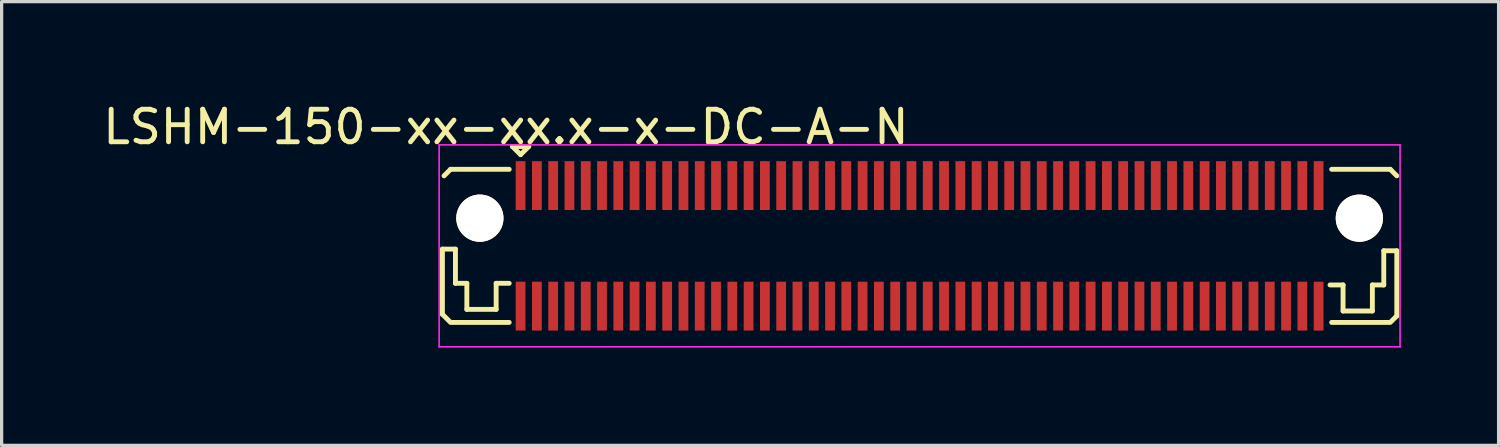
<source format=kicad_pcb>
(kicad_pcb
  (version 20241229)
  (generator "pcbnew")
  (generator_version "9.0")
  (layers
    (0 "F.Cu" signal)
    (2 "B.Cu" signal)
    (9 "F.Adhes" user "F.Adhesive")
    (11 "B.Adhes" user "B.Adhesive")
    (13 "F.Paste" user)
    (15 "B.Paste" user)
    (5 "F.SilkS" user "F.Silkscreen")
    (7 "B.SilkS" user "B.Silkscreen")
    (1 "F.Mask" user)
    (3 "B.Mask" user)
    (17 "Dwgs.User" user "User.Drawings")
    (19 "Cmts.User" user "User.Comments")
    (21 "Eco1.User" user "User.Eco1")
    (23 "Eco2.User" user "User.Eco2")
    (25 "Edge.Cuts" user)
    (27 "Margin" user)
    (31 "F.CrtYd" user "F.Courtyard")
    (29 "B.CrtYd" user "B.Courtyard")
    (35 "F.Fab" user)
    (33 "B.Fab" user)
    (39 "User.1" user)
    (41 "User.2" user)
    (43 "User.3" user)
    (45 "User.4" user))
  (footprint "LSHM-150-xx-xx.x-x-DC-A-N"
    (layer "F.Cu")
    (at 25.182 4.498)
    (property "Reference" "LSHM-150-xx-xx.x-x-DC-A-N" (at -12.7 -3.65 0) (layer "F.SilkS") (effects (font (size 1 1) (thickness 0.15))))
    (attr smd)
    (fp_line (start -14.65 0.1) (end -14.25 0.1) (stroke (width 0.15) (type solid)) (layer "F.SilkS"))
    (fp_line (start -14.65 2.1) (end -14.65 0.1) (stroke (width 0.15) (type solid)) (layer "F.SilkS"))
    (fp_line (start -14.4 -2.35) (end -14.6 -2.15) (stroke (width 0.15) (type solid)) (layer "F.SilkS"))
    (fp_line (start -14.4 -2.35) (end -12.6 -2.35) (stroke (width 0.15) (type solid)) (layer "F.SilkS"))
    (fp_line (start -14.4 2.35) (end -14.65 2.1) (stroke (width 0.15) (type solid)) (layer "F.SilkS"))
    (fp_line (start -14.35 2.35) (end -12.6 2.35) (stroke (width 0.15) (type solid)) (layer "F.SilkS"))
    (fp_line (start -14.25 0.1) (end -14.25 1.15) (stroke (width 0.15) (type solid)) (layer "F.SilkS"))
    (fp_line (start -14.25 1.15) (end -13.9 1.15) (stroke (width 0.15) (type solid)) (layer "F.SilkS"))
    (fp_line (start -13.9 1.95) (end -13.9 1.15) (stroke (width 0.15) (type solid)) (layer "F.SilkS"))
    (fp_line (start -13 1.15) (end -12.6 1.15) (stroke (width 0.15) (type solid)) (layer "F.SilkS"))
    (fp_line (start -13 1.95) (end -13.9 1.95) (stroke (width 0.15) (type solid)) (layer "F.SilkS"))
    (fp_line (start -13 1.95) (end -13 1.15) (stroke (width 0.15) (type solid)) (layer "F.SilkS"))
    (fp_line (start -12.5 -3.05) (end -12.25 -2.8) (stroke (width 0.15) (type solid)) (layer "F.SilkS"))
    (fp_line (start -12.25 -2.8) (end -12 -3.05) (stroke (width 0.15) (type solid)) (layer "F.SilkS"))
    (fp_line (start -12 -3.05) (end -12.5 -3.05) (stroke (width 0.15) (type solid)) (layer "F.SilkS"))
    (fp_line (start 12.6 1.2) (end 13 1.2) (stroke (width 0.15) (type solid)) (layer "F.SilkS"))
    (fp_line (start 12.65 -2.35) (end 14.45 -2.35) (stroke (width 0.15) (type solid)) (layer "F.SilkS"))
    (fp_line (start 12.65 2.35) (end 14.4 2.35) (stroke (width 0.15) (type solid)) (layer "F.SilkS"))
    (fp_line (start 13 2) (end 13 1.2) (stroke (width 0.15) (type solid)) (layer "F.SilkS"))
    (fp_line (start 13.9 1.2) (end 14.25 1.2) (stroke (width 0.15) (type solid)) (layer "F.SilkS"))
    (fp_line (start 13.9 2) (end 13 2) (stroke (width 0.15) (type solid)) (layer "F.SilkS"))
    (fp_line (start 13.9 2) (end 13.9 1.2) (stroke (width 0.15) (type solid)) (layer "F.SilkS"))
    (fp_line (start 14.25 0.15) (end 14.25 1.2) (stroke (width 0.15) (type solid)) (layer "F.SilkS"))
    (fp_line (start 14.25 0.15) (end 14.65 0.15) (stroke (width 0.15) (type solid)) (layer "F.SilkS"))
    (fp_line (start 14.45 -2.35) (end 14.65 -2.15) (stroke (width 0.15) (type solid)) (layer "F.SilkS"))
    (fp_line (start 14.45 2.35) (end 14.65 2.15) (stroke (width 0.15) (type solid)) (layer "F.SilkS"))
    (fp_line (start 14.65 2.15) (end 14.65 0.15) (stroke (width 0.15) (type solid)) (layer "F.SilkS"))
    (fp_line (start -14.75 -3.1) (end 14.75 -3.1) (stroke (width 0.05) (type solid)) (layer "F.CrtYd"))
    (fp_line (start -14.75 3.1) (end -14.75 -3.1) (stroke (width 0.05) (type solid)) (layer "F.CrtYd"))
    (fp_line (start -14.75 3.1) (end 14.75 3.1) (stroke (width 0.05) (type solid)) (layer "F.CrtYd"))
    (fp_line (start 14.75 3.1) (end 14.75 -3.1) (stroke (width 0.05) (type solid)) (layer "F.CrtYd"))
    (pad "" np_thru_hole circle (at -13.5 -0.85) (size 1.45 1.45) (drill 1.45) (layers "*.Cu" "*.Mask" "F.SilkS"))
    (pad "" np_thru_hole circle (at 13.5 -0.85) (size 1.45 1.45) (drill 1.45) (layers "*.Cu" "*.Mask" "F.SilkS"))
    (pad "1" smd rect (at -12.25 -1.85) (size 0.3 1.5) (layers "F.Cu" "F.Mask" "F.Paste"))
    (pad "2" smd rect (at -12.25 1.85) (size 0.3 1.5) (layers "F.Cu" "F.Mask" "F.Paste"))
    (pad "3" smd rect (at -11.75 -1.85) (size 0.3 1.5) (layers "F.Cu" "F.Mask" "F.Paste"))
    (pad "4" smd rect (at -11.75 1.85) (size 0.3 1.5) (layers "F.Cu" "F.Mask" "F.Paste"))
    (pad "5" smd rect (at -11.25 -1.85) (size 0.3 1.5) (layers "F.Cu" "F.Mask" "F.Paste"))
    (pad "6" smd rect (at -11.25 1.85) (size 0.3 1.5) (layers "F.Cu" "F.Mask" "F.Paste"))
    (pad "7" smd rect (at -10.75 -1.85) (size 0.3 1.5) (layers "F.Cu" "F.Mask" "F.Paste"))
    (pad "8" smd rect (at -10.75 1.85) (size 0.3 1.5) (layers "F.Cu" "F.Mask" "F.Paste"))
    (pad "9" smd rect (at -10.25 -1.85) (size 0.3 1.5) (layers "F.Cu" "F.Mask" "F.Paste"))
    (pad "10" smd rect (at -10.25 1.85) (size 0.3 1.5) (layers "F.Cu" "F.Mask" "F.Paste"))
    (pad "11" smd rect (at -9.75 -1.85) (size 0.3 1.5) (layers "F.Cu" "F.Mask" "F.Paste"))
    (pad "12" smd rect (at -9.75 1.85) (size 0.3 1.5) (layers "F.Cu" "F.Mask" "F.Paste"))
    (pad "13" smd rect (at -9.25 -1.85) (size 0.3 1.5) (layers "F.Cu" "F.Mask" "F.Paste"))
    (pad "14" smd rect (at -9.25 1.85) (size 0.3 1.5) (layers "F.Cu" "F.Mask" "F.Paste"))
    (pad "15" smd rect (at -8.75 -1.85) (size 0.3 1.5) (layers "F.Cu" "F.Mask" "F.Paste"))
    (pad "16" smd rect (at -8.75 1.85) (size 0.3 1.5) (layers "F.Cu" "F.Mask" "F.Paste"))
    (pad "17" smd rect (at -8.25 -1.85) (size 0.3 1.5) (layers "F.Cu" "F.Mask" "F.Paste"))
    (pad "18" smd rect (at -8.25 1.85) (size 0.3 1.5) (layers "F.Cu" "F.Mask" "F.Paste"))
    (pad "19" smd rect (at -7.75 -1.85) (size 0.3 1.5) (layers "F.Cu" "F.Mask" "F.Paste"))
    (pad "20" smd rect (at -7.75 1.85) (size 0.3 1.5) (layers "F.Cu" "F.Mask" "F.Paste"))
    (pad "21" smd rect (at -7.25 -1.85) (size 0.3 1.5) (layers "F.Cu" "F.Mask" "F.Paste"))
    (pad "22" smd rect (at -7.25 1.85) (size 0.3 1.5) (layers "F.Cu" "F.Mask" "F.Paste"))
    (pad "23" smd rect (at -6.75 -1.85) (size 0.3 1.5) (layers "F.Cu" "F.Mask" "F.Paste"))
    (pad "24" smd rect (at -6.75 1.85) (size 0.3 1.5) (layers "F.Cu" "F.Mask" "F.Paste"))
    (pad "25" smd rect (at -6.25 -1.85) (size 0.3 1.5) (layers "F.Cu" "F.Mask" "F.Paste"))
    (pad "26" smd rect (at -6.25 1.85) (size 0.3 1.5) (layers "F.Cu" "F.Mask" "F.Paste"))
    (pad "27" smd rect (at -5.75 -1.85) (size 0.3 1.5) (layers "F.Cu" "F.Mask" "F.Paste"))
    (pad "28" smd rect (at -5.75 1.85) (size 0.3 1.5) (layers "F.Cu" "F.Mask" "F.Paste"))
    (pad "29" smd rect (at -5.25 -1.85) (size 0.3 1.5) (layers "F.Cu" "F.Mask" "F.Paste"))
    (pad "30" smd rect (at -5.25 1.85) (size 0.3 1.5) (layers "F.Cu" "F.Mask" "F.Paste"))
    (pad "31" smd rect (at -4.75 -1.85) (size 0.3 1.5) (layers "F.Cu" "F.Mask" "F.Paste"))
    (pad "32" smd rect (at -4.75 1.85) (size 0.3 1.5) (layers "F.Cu" "F.Mask" "F.Paste"))
    (pad "33" smd rect (at -4.25 -1.85) (size 0.3 1.5) (layers "F.Cu" "F.Mask" "F.Paste"))
    (pad "34" smd rect (at -4.25 1.85) (size 0.3 1.5) (layers "F.Cu" "F.Mask" "F.Paste"))
    (pad "35" smd rect (at -3.75 -1.85) (size 0.3 1.5) (layers "F.Cu" "F.Mask" "F.Paste"))
    (pad "36" smd rect (at -3.75 1.85) (size 0.3 1.5) (layers "F.Cu" "F.Mask" "F.Paste"))
    (pad "37" smd rect (at -3.25 -1.85) (size 0.3 1.5) (layers "F.Cu" "F.Mask" "F.Paste"))
    (pad "38" smd rect (at -3.25 1.85) (size 0.3 1.5) (layers "F.Cu" "F.Mask" "F.Paste"))
    (pad "39" smd rect (at -2.75 -1.85) (size 0.3 1.5) (layers "F.Cu" "F.Mask" "F.Paste"))
    (pad "40" smd rect (at -2.75 1.85) (size 0.3 1.5) (layers "F.Cu" "F.Mask" "F.Paste"))
    (pad "41" smd rect (at -2.25 -1.85) (size 0.3 1.5) (layers "F.Cu" "F.Mask" "F.Paste"))
    (pad "42" smd rect (at -2.25 1.85) (size 0.3 1.5) (layers "F.Cu" "F.Mask" "F.Paste"))
    (pad "43" smd rect (at -1.75 -1.85) (size 0.3 1.5) (layers "F.Cu" "F.Mask" "F.Paste"))
    (pad "44" smd rect (at -1.75 1.85) (size 0.3 1.5) (layers "F.Cu" "F.Mask" "F.Paste"))
    (pad "45" smd rect (at -1.25 -1.85) (size 0.3 1.5) (layers "F.Cu" "F.Mask" "F.Paste"))
    (pad "46" smd rect (at -1.25 1.85) (size 0.3 1.5) (layers "F.Cu" "F.Mask" "F.Paste"))
    (pad "47" smd rect (at -0.75 -1.85) (size 0.3 1.5) (layers "F.Cu" "F.Mask" "F.Paste"))
    (pad "48" smd rect (at -0.75 1.85) (size 0.3 1.5) (layers "F.Cu" "F.Mask" "F.Paste"))
    (pad "49" smd rect (at -0.25 -1.85) (size 0.3 1.5) (layers "F.Cu" "F.Mask" "F.Paste"))
    (pad "50" smd rect (at -0.25 1.85) (size 0.3 1.5) (layers "F.Cu" "F.Mask" "F.Paste"))
    (pad "51" smd rect (at 0.25 -1.85) (size 0.3 1.5) (layers "F.Cu" "F.Mask" "F.Paste"))
    (pad "52" smd rect (at 0.25 1.85) (size 0.3 1.5) (layers "F.Cu" "F.Mask" "F.Paste"))
    (pad "53" smd rect (at 0.75 -1.85) (size 0.3 1.5) (layers "F.Cu" "F.Mask" "F.Paste"))
    (pad "54" smd rect (at 0.75 1.85) (size 0.3 1.5) (layers "F.Cu" "F.Mask" "F.Paste"))
    (pad "55" smd rect (at 1.25 -1.85) (size 0.3 1.5) (layers "F.Cu" "F.Mask" "F.Paste"))
    (pad "56" smd rect (at 1.25 1.85) (size 0.3 1.5) (layers "F.Cu" "F.Mask" "F.Paste"))
    (pad "57" smd rect (at 1.75 -1.85) (size 0.3 1.5) (layers "F.Cu" "F.Mask" "F.Paste"))
    (pad "58" smd rect (at 1.75 1.85) (size 0.3 1.5) (layers "F.Cu" "F.Mask" "F.Paste"))
    (pad "59" smd rect (at 2.25 -1.85) (size 0.3 1.5) (layers "F.Cu" "F.Mask" "F.Paste"))
    (pad "60" smd rect (at 2.25 1.85) (size 0.3 1.5) (layers "F.Cu" "F.Mask" "F.Paste"))
    (pad "61" smd rect (at 2.75 -1.85) (size 0.3 1.5) (layers "F.Cu" "F.Mask" "F.Paste"))
    (pad "62" smd rect (at 2.75 1.85) (size 0.3 1.5) (layers "F.Cu" "F.Mask" "F.Paste"))
    (pad "63" smd rect (at 3.25 -1.85) (size 0.3 1.5) (layers "F.Cu" "F.Mask" "F.Paste"))
    (pad "64" smd rect (at 3.25 1.85) (size 0.3 1.5) (layers "F.Cu" "F.Mask" "F.Paste"))
    (pad "65" smd rect (at 3.75 -1.85) (size 0.3 1.5) (layers "F.Cu" "F.Mask" "F.Paste"))
    (pad "66" smd rect (at 3.75 1.85) (size 0.3 1.5) (layers "F.Cu" "F.Mask" "F.Paste"))
    (pad "67" smd rect (at 4.25 -1.85) (size 0.3 1.5) (layers "F.Cu" "F.Mask" "F.Paste"))
    (pad "68" smd rect (at 4.25 1.85) (size 0.3 1.5) (layers "F.Cu" "F.Mask" "F.Paste"))
    (pad "69" smd rect (at 4.75 -1.85) (size 0.3 1.5) (layers "F.Cu" "F.Mask" "F.Paste"))
    (pad "70" smd rect (at 4.75 1.85) (size 0.3 1.5) (layers "F.Cu" "F.Mask" "F.Paste"))
    (pad "71" smd rect (at 5.25 -1.85) (size 0.3 1.5) (layers "F.Cu" "F.Mask" "F.Paste"))
    (pad "72" smd rect (at 5.25 1.85) (size 0.3 1.5) (layers "F.Cu" "F.Mask" "F.Paste"))
    (pad "73" smd rect (at 5.75 -1.85) (size 0.3 1.5) (layers "F.Cu" "F.Mask" "F.Paste"))
    (pad "74" smd rect (at 5.75 1.85) (size 0.3 1.5) (layers "F.Cu" "F.Mask" "F.Paste"))
    (pad "75" smd rect (at 6.25 -1.85) (size 0.3 1.5) (layers "F.Cu" "F.Mask" "F.Paste"))
    (pad "76" smd rect (at 6.25 1.85) (size 0.3 1.5) (layers "F.Cu" "F.Mask" "F.Paste"))
    (pad "77" smd rect (at 6.75 -1.85) (size 0.3 1.5) (layers "F.Cu" "F.Mask" "F.Paste"))
    (pad "78" smd rect (at 6.75 1.85) (size 0.3 1.5) (layers "F.Cu" "F.Mask" "F.Paste"))
    (pad "79" smd rect (at 7.25 -1.85) (size 0.3 1.5) (layers "F.Cu" "F.Mask" "F.Paste"))
    (pad "80" smd rect (at 7.25 1.85) (size 0.3 1.5) (layers "F.Cu" "F.Mask" "F.Paste"))
    (pad "81" smd rect (at 7.75 -1.85) (size 0.3 1.5) (layers "F.Cu" "F.Mask" "F.Paste"))
    (pad "82" smd rect (at 7.75 1.85) (size 0.3 1.5) (layers "F.Cu" "F.Mask" "F.Paste"))
    (pad "83" smd rect (at 8.25 -1.85) (size 0.3 1.5) (layers "F.Cu" "F.Mask" "F.Paste"))
    (pad "84" smd rect (at 8.25 1.85) (size 0.3 1.5) (layers "F.Cu" "F.Mask" "F.Paste"))
    (pad "85" smd rect (at 8.75 -1.85) (size 0.3 1.5) (layers "F.Cu" "F.Mask" "F.Paste"))
    (pad "86" smd rect (at 8.75 1.85) (size 0.3 1.5) (layers "F.Cu" "F.Mask" "F.Paste"))
    (pad "87" smd rect (at 9.25 -1.85) (size 0.3 1.5) (layers "F.Cu" "F.Mask" "F.Paste"))
    (pad "88" smd rect (at 9.25 1.85) (size 0.3 1.5) (layers "F.Cu" "F.Mask" "F.Paste"))
    (pad "89" smd rect (at 9.75 -1.85) (size 0.3 1.5) (layers "F.Cu" "F.Mask" "F.Paste"))
    (pad "90" smd rect (at 9.75 1.85) (size 0.3 1.5) (layers "F.Cu" "F.Mask" "F.Paste"))
    (pad "91" smd rect (at 10.25 -1.85) (size 0.3 1.5) (layers "F.Cu" "F.Mask" "F.Paste"))
    (pad "92" smd rect (at 10.25 1.85) (size 0.3 1.5) (layers "F.Cu" "F.Mask" "F.Paste"))
    (pad "93" smd rect (at 10.75 -1.85) (size 0.3 1.5) (layers "F.Cu" "F.Mask" "F.Paste"))
    (pad "94" smd rect (at 10.75 1.85) (size 0.3 1.5) (layers "F.Cu" "F.Mask" "F.Paste"))
    (pad "95" smd rect (at 11.25 -1.85) (size 0.3 1.5) (layers "F.Cu" "F.Mask" "F.Paste"))
    (pad "96" smd rect (at 11.25 1.85) (size 0.3 1.5) (layers "F.Cu" "F.Mask" "F.Paste"))
    (pad "97" smd rect (at 11.75 -1.85) (size 0.3 1.5) (layers "F.Cu" "F.Mask" "F.Paste"))
    (pad "98" smd rect (at 11.75 1.85) (size 0.3 1.5) (layers "F.Cu" "F.Mask" "F.Paste"))
    (pad "99" smd rect (at 12.25 -1.85) (size 0.3 1.5) (layers "F.Cu" "F.Mask" "F.Paste"))
    (pad "100" smd rect (at 12.25 1.85) (size 0.3 1.5) (layers "F.Cu" "F.Mask" "F.Paste")))
  (gr_rect
    (start -3 -3)
    (end 42.957 10.623)
    (stroke (width 0.1) (type default))
    (fill no)
    (layer "Edge.Cuts")))
</source>
